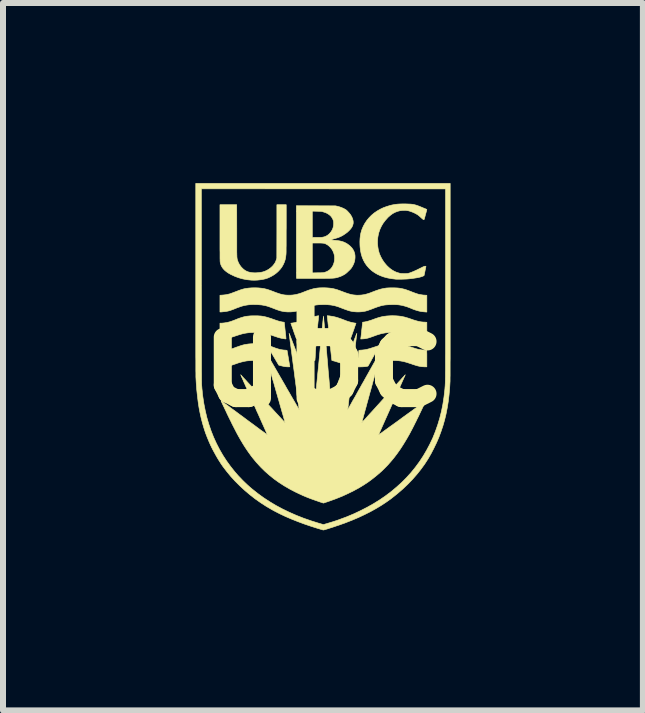
<source format=kicad_pcb>
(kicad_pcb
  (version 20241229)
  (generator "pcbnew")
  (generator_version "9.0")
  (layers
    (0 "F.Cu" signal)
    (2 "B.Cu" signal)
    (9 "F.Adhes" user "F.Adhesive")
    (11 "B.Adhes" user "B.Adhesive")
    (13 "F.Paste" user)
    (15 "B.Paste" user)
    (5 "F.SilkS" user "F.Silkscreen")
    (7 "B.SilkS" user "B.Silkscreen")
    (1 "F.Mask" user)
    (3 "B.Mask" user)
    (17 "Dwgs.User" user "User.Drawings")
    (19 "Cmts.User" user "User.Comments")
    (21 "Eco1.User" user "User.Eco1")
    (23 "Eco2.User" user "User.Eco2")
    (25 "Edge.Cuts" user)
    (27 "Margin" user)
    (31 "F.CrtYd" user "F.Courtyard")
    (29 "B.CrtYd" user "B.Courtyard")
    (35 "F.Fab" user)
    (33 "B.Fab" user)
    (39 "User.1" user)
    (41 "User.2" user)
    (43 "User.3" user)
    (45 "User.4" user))
  (footprint "ubc"
    (layer "F.Cu")
    (at 2.33 2.892)
    (property "Reference" "ubc" (at 0 0 0) (layer "F.SilkS") (effects (font (size 1.524 1.524) (thickness 0.3))))
    (attr through_hole)
    (fp_poly (pts (xy 0.128 -0.216) (xy 0.148 -0.212) (xy 0.17 -0.207) (xy 0.194 -0.201) (xy 0.218 -0.194) (xy 0.239 -0.188) (xy 0.256 -0.182) (xy 0.275 -0.175) (xy 0.296 -0.168) (xy 0.315 -0.162) (xy 0.317 -0.161) (xy 0.333 -0.156) (xy 0.349 -0.151) (xy 0.363 -0.147) (xy 0.374 -0.144) (xy 0.377 -0.143) (xy 0.387 -0.141) (xy 0.393 -0.139) (xy 0.394 -0.137) (xy 0.39 -0.125) (xy 0.384 -0.11) (xy 0.378 -0.092) (xy 0.37 -0.071) (xy 0.362 -0.05) (xy 0.354 -0.028) (xy 0.345 -0.005) (xy 0.337 0.017) (xy 0.329 0.038) (xy 0.321 0.057) (xy 0.314 0.074) (xy 0.309 0.088) (xy 0.304 0.099) (xy 0.302 0.105) (xy 0.301 0.107) (xy 0.297 0.106) (xy 0.289 0.104) (xy 0.278 0.1) (xy 0.263 0.096) (xy 0.247 0.091) (xy 0.243 0.089) (xy 0.224 0.084) (xy 0.207 0.078) (xy 0.19 0.073) (xy 0.177 0.07) (xy 0.168 0.067) (xy 0.168 0.067) (xy 0.148 0.062) (xy 0.117 -0.217) (xy 0.128 -0.216)) (stroke (width 0.01) (type solid)) (fill yes) (layer "F.SilkS"))
    (fp_poly (pts (xy -1.079 -0.217) (xy -1.042 -0.081) (xy -1.034 -0.054) (xy -1.027 -0.029) (xy -1.021 -0.006) (xy -1.015 0.014) (xy -1.01 0.031) (xy -1.007 0.045) (xy -1.004 0.054) (xy -1.003 0.058) (xy -1.003 0.059) (xy -1.003 0.06) (xy -1.007 0.06) (xy -1.013 0.061) (xy -1.023 0.061) (xy -1.037 0.062) (xy -1.056 0.062) (xy -1.079 0.062) (xy -1.095 0.062) (xy -1.139 0.062) (xy -1.177 0.063) (xy -1.211 0.065) (xy -1.243 0.067) (xy -1.272 0.07) (xy -1.3 0.075) (xy -1.328 0.081) (xy -1.356 0.088) (xy -1.386 0.096) (xy -1.418 0.106) (xy -1.445 0.116) (xy -1.481 0.128) (xy -1.513 0.139) (xy -1.541 0.147) (xy -1.567 0.154) (xy -1.591 0.159) (xy -1.613 0.163) (xy -1.636 0.166) (xy -1.658 0.168) (xy -1.674 0.168) (xy -1.716 0.17) (xy -1.716 -0.106) (xy -1.664 -0.108) (xy -1.636 -0.109) (xy -1.611 -0.111) (xy -1.588 -0.114) (xy -1.565 -0.119) (xy -1.541 -0.125) (xy -1.515 -0.132) (xy -1.487 -0.142) (xy -1.469 -0.149) (xy -1.436 -0.161) (xy -1.406 -0.171) (xy -1.381 -0.18) (xy -1.359 -0.187) (xy -1.339 -0.193) (xy -1.32 -0.198) (xy -1.302 -0.202) (xy -1.285 -0.205) (xy -1.273 -0.207) (xy -1.239 -0.212) (xy -1.201 -0.215) (xy -1.161 -0.217) (xy -1.126 -0.217) (xy -1.079 -0.217)) (stroke (width 0.01) (type solid)) (fill yes) (layer "F.SilkS"))
    (fp_poly (pts (xy -0.934 -0.198) (xy -0.926 -0.196) (xy -0.915 -0.192) (xy -0.901 -0.186) (xy -0.884 -0.179) (xy -0.865 -0.172) (xy -0.861 -0.17) (xy -0.826 -0.157) (xy -0.795 -0.145) (xy -0.767 -0.136) (xy -0.742 -0.128) (xy -0.719 -0.122) (xy -0.697 -0.117) (xy -0.675 -0.114) (xy -0.652 -0.111) (xy -0.637 -0.11) (xy -0.623 -0.109) (xy -0.611 -0.108) (xy -0.603 -0.107) (xy -0.599 -0.106) (xy -0.599 -0.106) (xy -0.598 -0.103) (xy -0.597 -0.095) (xy -0.594 -0.083) (xy -0.592 -0.067) (xy -0.588 -0.049) (xy -0.585 -0.028) (xy -0.581 -0.005) (xy -0.577 0.018) (xy -0.573 0.042) (xy -0.569 0.066) (xy -0.565 0.088) (xy -0.562 0.109) (xy -0.559 0.127) (xy -0.556 0.143) (xy -0.554 0.155) (xy -0.553 0.162) (xy -0.553 0.164) (xy -0.554 0.167) (xy -0.556 0.168) (xy -0.561 0.169) (xy -0.57 0.169) (xy -0.582 0.169) (xy -0.598 0.168) (xy -0.616 0.167) (xy -0.634 0.165) (xy -0.643 0.163) (xy -0.66 0.16) (xy -0.68 0.155) (xy -0.698 0.151) (xy -0.706 0.149) (xy -0.737 0.14) (xy -0.837 -0.029) (xy -0.854 -0.058) (xy -0.87 -0.084) (xy -0.884 -0.109) (xy -0.898 -0.132) (xy -0.909 -0.152) (xy -0.919 -0.169) (xy -0.927 -0.183) (xy -0.933 -0.192) (xy -0.936 -0.198) (xy -0.936 -0.199) (xy -0.934 -0.198)) (stroke (width 0.01) (type solid)) (fill yes) (layer "F.SilkS"))
    (fp_poly (pts (xy -0.071 -0.682) (xy -0.072 -0.679) (xy -0.072 -0.671) (xy -0.074 -0.659) (xy -0.075 -0.644) (xy -0.077 -0.625) (xy -0.079 -0.604) (xy -0.082 -0.581) (xy -0.084 -0.558) (xy -0.087 -0.534) (xy -0.089 -0.511) (xy -0.092 -0.488) (xy -0.094 -0.468) (xy -0.096 -0.449) (xy -0.098 -0.434) (xy -0.099 -0.422) (xy -0.1 -0.416) (xy -0.102 -0.404) (xy -0.118 -0.402) (xy -0.144 -0.398) (xy -0.171 -0.393) (xy -0.199 -0.385) (xy -0.229 -0.376) (xy -0.261 -0.364) (xy -0.298 -0.349) (xy -0.315 -0.342) (xy -0.334 -0.334) (xy -0.354 -0.326) (xy -0.374 -0.318) (xy -0.392 -0.311) (xy -0.409 -0.305) (xy -0.423 -0.301) (xy -0.433 -0.298) (xy -0.44 -0.296) (xy -0.44 -0.296) (xy -0.442 -0.299) (xy -0.445 -0.305) (xy -0.449 -0.315) (xy -0.45 -0.317) (xy -0.452 -0.324) (xy -0.457 -0.336) (xy -0.462 -0.351) (xy -0.469 -0.37) (xy -0.477 -0.392) (xy -0.485 -0.415) (xy -0.493 -0.44) (xy -0.496 -0.448) (xy -0.535 -0.558) (xy -0.518 -0.56) (xy -0.481 -0.566) (xy -0.44 -0.575) (xy -0.397 -0.587) (xy -0.349 -0.602) (xy -0.306 -0.618) (xy -0.269 -0.632) (xy -0.232 -0.644) (xy -0.198 -0.655) (xy -0.168 -0.664) (xy -0.165 -0.664) (xy -0.153 -0.667) (xy -0.138 -0.67) (xy -0.123 -0.674) (xy -0.108 -0.676) (xy -0.095 -0.679) (xy -0.083 -0.681) (xy -0.075 -0.682) (xy -0.072 -0.682) (xy -0.071 -0.682)) (stroke (width 0.01) (type solid)) (fill yes) (layer "F.SilkS"))
    (fp_poly (pts (xy 1.206 -0.216) (xy 1.264 -0.211) (xy 1.318 -0.203) (xy 1.366 -0.193) (xy 1.377 -0.19) (xy 1.392 -0.185) (xy 1.41 -0.18) (xy 1.429 -0.173) (xy 1.448 -0.167) (xy 1.451 -0.166) (xy 1.486 -0.154) (xy 1.517 -0.144) (xy 1.545 -0.135) (xy 1.569 -0.128) (xy 1.592 -0.123) (xy 1.613 -0.119) (xy 1.634 -0.115) (xy 1.655 -0.113) (xy 1.677 -0.111) (xy 1.685 -0.11) (xy 1.7 -0.109) (xy 1.712 -0.108) (xy 1.722 -0.108) (xy 1.727 -0.107) (xy 1.728 -0.107) (xy 1.728 -0.105) (xy 1.729 -0.097) (xy 1.729 -0.084) (xy 1.729 -0.068) (xy 1.73 -0.048) (xy 1.73 -0.025) (xy 1.73 0.000192) (xy 1.73 0.027) (xy 1.73 0.169) (xy 1.7 0.169) (xy 1.683 0.168) (xy 1.663 0.167) (xy 1.645 0.166) (xy 1.64 0.165) (xy 1.608 0.16) (xy 1.574 0.152) (xy 1.537 0.141) (xy 1.496 0.128) (xy 1.483 0.123) (xy 1.452 0.113) (xy 1.425 0.104) (xy 1.401 0.096) (xy 1.38 0.09) (xy 1.361 0.085) (xy 1.342 0.08) (xy 1.323 0.076) (xy 1.303 0.073) (xy 1.288 0.07) (xy 1.278 0.069) (xy 1.268 0.068) (xy 1.257 0.066) (xy 1.246 0.066) (xy 1.233 0.065) (xy 1.217 0.064) (xy 1.198 0.064) (xy 1.175 0.063) (xy 1.148 0.063) (xy 1.126 0.063) (xy 1.003 0.062) (xy 1.049 -0.078) (xy 1.095 -0.217) (xy 1.144 -0.217) (xy 1.206 -0.216)) (stroke (width 0.01) (type solid)) (fill yes) (layer "F.SilkS"))
    (fp_poly (pts (xy -0.117 -0.214) (xy -0.117 -0.206) (xy -0.118 -0.193) (xy -0.119 -0.177) (xy -0.12 -0.159) (xy -0.121 -0.137) (xy -0.122 -0.115) (xy -0.124 -0.091) (xy -0.125 -0.066) (xy -0.127 -0.042) (xy -0.128 -0.02) (xy -0.129 0.002) (xy -0.13 0.021) (xy -0.132 0.037) (xy -0.132 0.049) (xy -0.133 0.058) (xy -0.133 0.061) (xy -0.133 0.061) (xy -0.136 0.062) (xy -0.144 0.064) (xy -0.154 0.068) (xy -0.165 0.071) (xy -0.179 0.075) (xy -0.197 0.08) (xy -0.216 0.086) (xy -0.235 0.091) (xy -0.24 0.093) (xy -0.255 0.098) (xy -0.268 0.102) (xy -0.278 0.105) (xy -0.284 0.107) (xy -0.286 0.107) (xy -0.287 0.105) (xy -0.29 0.097) (xy -0.295 0.086) (xy -0.301 0.071) (xy -0.309 0.053) (xy -0.317 0.032) (xy -0.327 0.009) (xy -0.333 -0.007) (xy -0.343 -0.033) (xy -0.352 -0.056) (xy -0.36 -0.077) (xy -0.367 -0.094) (xy -0.372 -0.108) (xy -0.375 -0.118) (xy -0.376 -0.123) (xy -0.376 -0.124) (xy -0.373 -0.126) (xy -0.365 -0.13) (xy -0.353 -0.135) (xy -0.338 -0.141) (xy -0.32 -0.148) (xy -0.301 -0.155) (xy -0.28 -0.163) (xy -0.26 -0.17) (xy -0.254 -0.173) (xy -0.242 -0.177) (xy -0.228 -0.182) (xy -0.212 -0.187) (xy -0.195 -0.193) (xy -0.177 -0.198) (xy -0.161 -0.204) (xy -0.146 -0.208) (xy -0.133 -0.212) (xy -0.123 -0.215) (xy -0.118 -0.216) (xy -0.117 -0.216) (xy -0.117 -0.214)) (stroke (width 0.01) (type solid)) (fill yes) (layer "F.SilkS"))
    (fp_poly (pts (xy 0.935 -0.184) (xy 0.936 -0.183) (xy 0.936 -0.181) (xy 0.936 -0.181) (xy 0.934 -0.177) (xy 0.929 -0.169) (xy 0.923 -0.156) (xy 0.914 -0.141) (xy 0.904 -0.122) (xy 0.893 -0.102) (xy 0.881 -0.079) (xy 0.868 -0.055) (xy 0.854 -0.03) (xy 0.841 -0.005) (xy 0.827 0.02) (xy 0.813 0.044) (xy 0.801 0.067) (xy 0.789 0.088) (xy 0.778 0.108) (xy 0.769 0.124) (xy 0.761 0.138) (xy 0.756 0.147) (xy 0.752 0.153) (xy 0.752 0.154) (xy 0.744 0.158) (xy 0.731 0.161) (xy 0.714 0.164) (xy 0.692 0.166) (xy 0.665 0.168) (xy 0.635 0.169) (xy 0.633 0.169) (xy 0.567 0.17) (xy 0.569 0.158) (xy 0.569 0.152) (xy 0.57 0.142) (xy 0.572 0.127) (xy 0.574 0.109) (xy 0.577 0.088) (xy 0.579 0.064) (xy 0.582 0.038) (xy 0.584 0.02) (xy 0.587 -0.006) (xy 0.59 -0.03) (xy 0.592 -0.052) (xy 0.595 -0.071) (xy 0.596 -0.086) (xy 0.598 -0.098) (xy 0.599 -0.104) (xy 0.599 -0.106) (xy 0.602 -0.107) (xy 0.61 -0.108) (xy 0.621 -0.109) (xy 0.635 -0.11) (xy 0.64 -0.11) (xy 0.661 -0.112) (xy 0.68 -0.114) (xy 0.697 -0.116) (xy 0.715 -0.119) (xy 0.733 -0.123) (xy 0.752 -0.128) (xy 0.774 -0.134) (xy 0.799 -0.142) (xy 0.828 -0.151) (xy 0.831 -0.152) (xy 0.858 -0.161) (xy 0.88 -0.168) (xy 0.897 -0.174) (xy 0.911 -0.178) (xy 0.921 -0.181) (xy 0.928 -0.183) (xy 0.932 -0.184) (xy 0.935 -0.184)) (stroke (width 0.01) (type solid)) (fill yes) (layer "F.SilkS"))
    (fp_poly (pts (xy 0.081 -0.682) (xy 0.092 -0.681) (xy 0.107 -0.68) (xy 0.124 -0.677) (xy 0.142 -0.674) (xy 0.144 -0.674) (xy 0.165 -0.671) (xy 0.186 -0.666) (xy 0.207 -0.661) (xy 0.229 -0.655) (xy 0.252 -0.648) (xy 0.278 -0.639) (xy 0.307 -0.629) (xy 0.34 -0.616) (xy 0.357 -0.61) (xy 0.395 -0.595) (xy 0.429 -0.584) (xy 0.461 -0.575) (xy 0.49 -0.568) (xy 0.517 -0.563) (xy 0.517 -0.563) (xy 0.53 -0.561) (xy 0.54 -0.559) (xy 0.547 -0.558) (xy 0.55 -0.558) (xy 0.549 -0.555) (xy 0.546 -0.547) (xy 0.542 -0.536) (xy 0.537 -0.52) (xy 0.53 -0.501) (xy 0.523 -0.48) (xy 0.515 -0.456) (xy 0.506 -0.43) (xy 0.504 -0.427) (xy 0.493 -0.394) (xy 0.483 -0.367) (xy 0.475 -0.345) (xy 0.468 -0.327) (xy 0.463 -0.313) (xy 0.459 -0.304) (xy 0.456 -0.298) (xy 0.454 -0.297) (xy 0.454 -0.297) (xy 0.45 -0.297) (xy 0.442 -0.3) (xy 0.431 -0.303) (xy 0.422 -0.306) (xy 0.411 -0.31) (xy 0.396 -0.315) (xy 0.379 -0.322) (xy 0.359 -0.33) (xy 0.339 -0.338) (xy 0.328 -0.343) (xy 0.308 -0.351) (xy 0.288 -0.358) (xy 0.269 -0.366) (xy 0.253 -0.372) (xy 0.24 -0.376) (xy 0.235 -0.378) (xy 0.217 -0.383) (xy 0.196 -0.388) (xy 0.173 -0.393) (xy 0.151 -0.397) (xy 0.131 -0.401) (xy 0.119 -0.402) (xy 0.102 -0.404) (xy 0.1 -0.416) (xy 0.1 -0.42) (xy 0.099 -0.43) (xy 0.097 -0.443) (xy 0.095 -0.46) (xy 0.093 -0.48) (xy 0.091 -0.501) (xy 0.088 -0.524) (xy 0.085 -0.548) (xy 0.083 -0.572) (xy 0.08 -0.595) (xy 0.078 -0.616) (xy 0.076 -0.636) (xy 0.074 -0.653) (xy 0.072 -0.667) (xy 0.071 -0.677) (xy 0.071 -0.682) (xy 0.071 -0.682) (xy 0.073 -0.683) (xy 0.081 -0.682)) (stroke (width 0.01) (type solid)) (fill yes) (layer "F.SilkS"))
    (fp_poly (pts (xy -1.111 -0.681) (xy -1.084 -0.681) (xy -1.06 -0.679) (xy -1.037 -0.678) (xy -1.015 -0.675) (xy -0.993 -0.671) (xy -0.97 -0.667) (xy -0.947 -0.661) (xy -0.921 -0.654) (xy -0.893 -0.645) (xy -0.861 -0.635) (xy -0.826 -0.622) (xy -0.786 -0.608) (xy -0.783 -0.607) (xy -0.752 -0.597) (xy -0.725 -0.589) (xy -0.699 -0.583) (xy -0.674 -0.578) (xy -0.67 -0.578) (xy -0.645 -0.574) (xy -0.63 -0.437) (xy -0.627 -0.409) (xy -0.624 -0.384) (xy -0.621 -0.361) (xy -0.619 -0.34) (xy -0.618 -0.323) (xy -0.617 -0.31) (xy -0.616 -0.301) (xy -0.616 -0.297) (xy -0.616 -0.297) (xy -0.62 -0.297) (xy -0.628 -0.297) (xy -0.64 -0.298) (xy -0.655 -0.301) (xy -0.671 -0.303) (xy -0.688 -0.306) (xy -0.705 -0.31) (xy -0.72 -0.314) (xy -0.725 -0.315) (xy -0.739 -0.319) (xy -0.756 -0.324) (xy -0.776 -0.331) (xy -0.797 -0.338) (xy -0.818 -0.345) (xy -0.821 -0.346) (xy -0.864 -0.361) (xy -0.904 -0.373) (xy -0.94 -0.383) (xy -0.975 -0.39) (xy -1.01 -0.396) (xy -1.046 -0.4) (xy -1.083 -0.402) (xy -1.123 -0.403) (xy -1.142 -0.404) (xy -1.178 -0.403) (xy -1.212 -0.402) (xy -1.243 -0.399) (xy -1.274 -0.395) (xy -1.304 -0.39) (xy -1.336 -0.383) (xy -1.369 -0.374) (xy -1.405 -0.363) (xy -1.445 -0.35) (xy -1.457 -0.346) (xy -1.492 -0.334) (xy -1.521 -0.325) (xy -1.548 -0.317) (xy -1.572 -0.311) (xy -1.594 -0.306) (xy -1.616 -0.302) (xy -1.637 -0.3) (xy -1.66 -0.298) (xy -1.676 -0.297) (xy -1.716 -0.295) (xy -1.716 -0.559) (xy -1.698 -0.559) (xy -1.684 -0.559) (xy -1.665 -0.561) (xy -1.644 -0.563) (xy -1.623 -0.566) (xy -1.604 -0.569) (xy -1.587 -0.572) (xy -1.586 -0.573) (xy -1.566 -0.578) (xy -1.547 -0.583) (xy -1.527 -0.59) (xy -1.504 -0.598) (xy -1.478 -0.608) (xy -1.462 -0.614) (xy -1.423 -0.63) (xy -1.388 -0.643) (xy -1.356 -0.653) (xy -1.327 -0.662) (xy -1.298 -0.669) (xy -1.27 -0.674) (xy -1.24 -0.677) (xy -1.21 -0.68) (xy -1.177 -0.681) (xy -1.14 -0.681) (xy -1.111 -0.681)) (stroke (width 0.01) (type solid)) (fill yes) (layer "F.SilkS"))
    (fp_poly (pts (xy 1.191 -0.682) (xy 1.221 -0.681) (xy 1.23 -0.68) (xy 1.258 -0.678) (xy 1.284 -0.675) (xy 1.309 -0.671) (xy 1.333 -0.666) (xy 1.358 -0.661) (xy 1.384 -0.653) (xy 1.413 -0.645) (xy 1.446 -0.634) (xy 1.472 -0.625) (xy 1.506 -0.613) (xy 1.537 -0.604) (xy 1.563 -0.596) (xy 1.587 -0.59) (xy 1.609 -0.585) (xy 1.63 -0.581) (xy 1.65 -0.579) (xy 1.671 -0.577) (xy 1.682 -0.577) (xy 1.696 -0.576) (xy 1.709 -0.575) (xy 1.718 -0.575) (xy 1.724 -0.574) (xy 1.724 -0.574) (xy 1.73 -0.573) (xy 1.73 -0.295) (xy 1.691 -0.297) (xy 1.663 -0.299) (xy 1.635 -0.302) (xy 1.607 -0.307) (xy 1.579 -0.313) (xy 1.548 -0.321) (xy 1.514 -0.332) (xy 1.477 -0.344) (xy 1.469 -0.347) (xy 1.424 -0.363) (xy 1.382 -0.375) (xy 1.342 -0.385) (xy 1.304 -0.393) (xy 1.266 -0.398) (xy 1.227 -0.402) (xy 1.185 -0.403) (xy 1.141 -0.403) (xy 1.135 -0.403) (xy 1.1 -0.402) (xy 1.068 -0.4) (xy 1.039 -0.397) (xy 1.011 -0.392) (xy 0.983 -0.387) (xy 0.954 -0.379) (xy 0.923 -0.37) (xy 0.889 -0.359) (xy 0.852 -0.345) (xy 0.848 -0.344) (xy 0.815 -0.332) (xy 0.787 -0.322) (xy 0.762 -0.314) (xy 0.74 -0.308) (xy 0.719 -0.304) (xy 0.699 -0.3) (xy 0.678 -0.298) (xy 0.661 -0.297) (xy 0.629 -0.295) (xy 0.631 -0.308) (xy 0.631 -0.312) (xy 0.632 -0.321) (xy 0.634 -0.335) (xy 0.636 -0.351) (xy 0.638 -0.371) (xy 0.64 -0.392) (xy 0.643 -0.415) (xy 0.645 -0.439) (xy 0.648 -0.463) (xy 0.651 -0.486) (xy 0.653 -0.508) (xy 0.655 -0.527) (xy 0.657 -0.545) (xy 0.659 -0.558) (xy 0.66 -0.568) (xy 0.66 -0.574) (xy 0.66 -0.574) (xy 0.663 -0.575) (xy 0.67 -0.576) (xy 0.679 -0.577) (xy 0.68 -0.577) (xy 0.699 -0.58) (xy 0.723 -0.585) (xy 0.751 -0.592) (xy 0.782 -0.602) (xy 0.817 -0.613) (xy 0.84 -0.622) (xy 0.871 -0.633) (xy 0.897 -0.642) (xy 0.921 -0.65) (xy 0.942 -0.656) (xy 0.962 -0.661) (xy 0.982 -0.666) (xy 1.003 -0.67) (xy 1.026 -0.674) (xy 1.032 -0.674) (xy 1.059 -0.678) (xy 1.09 -0.68) (xy 1.123 -0.682) (xy 1.157 -0.683) (xy 1.191 -0.682)) (stroke (width 0.01) (type solid)) (fill yes) (layer "F.SilkS"))
    (fp_poly (pts (xy -1.436 -2.103) (xy -1.436 -2.044) (xy -1.436 -1.99) (xy -1.436 -1.941) (xy -1.436 -1.897) (xy -1.436 -1.858) (xy -1.436 -1.822) (xy -1.436 -1.791) (xy -1.436 -1.763) (xy -1.436 -1.739) (xy -1.435 -1.718) (xy -1.435 -1.699) (xy -1.434 -1.684) (xy -1.434 -1.67) (xy -1.433 -1.658) (xy -1.432 -1.648) (xy -1.431 -1.64) (xy -1.43 -1.633) (xy -1.429 -1.626) (xy -1.428 -1.62) (xy -1.426 -1.614) (xy -1.424 -1.609) (xy -1.423 -1.603) (xy -1.422 -1.602) (xy -1.409 -1.568) (xy -1.391 -1.535) (xy -1.369 -1.503) (xy -1.349 -1.481) (xy -1.325 -1.458) (xy -1.299 -1.438) (xy -1.271 -1.423) (xy -1.242 -1.412) (xy -1.209 -1.404) (xy -1.173 -1.399) (xy -1.133 -1.397) (xy -1.106 -1.398) (xy -1.067 -1.401) (xy -1.031 -1.406) (xy -0.999 -1.413) (xy -0.967 -1.424) (xy -0.938 -1.437) (xy -0.903 -1.457) (xy -0.871 -1.481) (xy -0.842 -1.507) (xy -0.818 -1.536) (xy -0.797 -1.567) (xy -0.792 -1.577) (xy -0.788 -1.586) (xy -0.783 -1.599) (xy -0.778 -1.613) (xy -0.777 -1.616) (xy -0.769 -1.641) (xy -0.768 -2.086) (xy -0.768 -2.532) (xy -0.612 -2.532) (xy -0.612 -2.143) (xy -0.613 -2.095) (xy -0.613 -2.049) (xy -0.613 -2.004) (xy -0.613 -1.961) (xy -0.613 -1.92) (xy -0.613 -1.881) (xy -0.613 -1.846) (xy -0.614 -1.814) (xy -0.614 -1.785) (xy -0.614 -1.761) (xy -0.614 -1.741) (xy -0.615 -1.725) (xy -0.615 -1.715) (xy -0.615 -1.712) (xy -0.621 -1.662) (xy -0.63 -1.615) (xy -0.645 -1.571) (xy -0.664 -1.53) (xy -0.687 -1.49) (xy -0.716 -1.453) (xy -0.72 -1.449) (xy -0.751 -1.416) (xy -0.786 -1.386) (xy -0.825 -1.359) (xy -0.867 -1.335) (xy -0.909 -1.315) (xy -0.924 -1.309) (xy -0.961 -1.297) (xy -1.002 -1.288) (xy -1.047 -1.281) (xy -1.093 -1.276) (xy -1.14 -1.274) (xy -1.186 -1.275) (xy -1.199 -1.276) (xy -1.268 -1.283) (xy -1.335 -1.296) (xy -1.401 -1.314) (xy -1.466 -1.338) (xy -1.53 -1.368) (xy -1.533 -1.369) (xy -1.574 -1.392) (xy -1.609 -1.416) (xy -1.639 -1.441) (xy -1.664 -1.468) (xy -1.684 -1.497) (xy -1.699 -1.527) (xy -1.709 -1.559) (xy -1.713 -1.579) (xy -1.713 -1.586) (xy -1.714 -1.597) (xy -1.714 -1.615) (xy -1.715 -1.638) (xy -1.715 -1.667) (xy -1.715 -1.701) (xy -1.715 -1.741) (xy -1.716 -1.786) (xy -1.716 -1.837) (xy -1.716 -1.894) (xy -1.716 -1.956) (xy -1.716 -2.024) (xy -1.716 -2.066) (xy -1.716 -2.532) (xy -1.437 -2.532) (xy -1.436 -2.103)) (stroke (width 0.01) (type solid)) (fill yes) (layer "F.SilkS"))
    (fp_poly (pts (xy 1.38 -2.545) (xy 1.41 -2.544) (xy 1.436 -2.543) (xy 1.46 -2.542) (xy 1.481 -2.54) (xy 1.501 -2.537) (xy 1.52 -2.533) (xy 1.54 -2.528) (xy 1.561 -2.522) (xy 1.583 -2.514) (xy 1.609 -2.504) (xy 1.638 -2.492) (xy 1.669 -2.479) (xy 1.686 -2.472) (xy 1.702 -2.466) (xy 1.714 -2.46) (xy 1.724 -2.456) (xy 1.729 -2.454) (xy 1.73 -2.454) (xy 1.729 -2.451) (xy 1.728 -2.443) (xy 1.725 -2.431) (xy 1.721 -2.416) (xy 1.716 -2.397) (xy 1.71 -2.377) (xy 1.704 -2.354) (xy 1.698 -2.331) (xy 1.691 -2.306) (xy 1.688 -2.294) (xy 1.685 -2.287) (xy 1.682 -2.283) (xy 1.677 -2.283) (xy 1.67 -2.286) (xy 1.661 -2.293) (xy 1.648 -2.304) (xy 1.64 -2.311) (xy 1.616 -2.333) (xy 1.595 -2.351) (xy 1.575 -2.366) (xy 1.554 -2.378) (xy 1.534 -2.389) (xy 1.497 -2.406) (xy 1.462 -2.419) (xy 1.431 -2.429) (xy 1.4 -2.435) (xy 1.372 -2.438) (xy 1.326 -2.437) (xy 1.283 -2.432) (xy 1.241 -2.421) (xy 1.2 -2.405) (xy 1.161 -2.384) (xy 1.124 -2.357) (xy 1.087 -2.325) (xy 1.073 -2.31) (xy 1.034 -2.266) (xy 1 -2.22) (xy 0.972 -2.172) (xy 0.949 -2.122) (xy 0.931 -2.07) (xy 0.922 -2.034) (xy 0.913 -1.985) (xy 0.909 -1.933) (xy 0.909 -1.881) (xy 0.914 -1.83) (xy 0.922 -1.78) (xy 0.935 -1.733) (xy 0.941 -1.714) (xy 0.964 -1.662) (xy 0.991 -1.613) (xy 1.023 -1.566) (xy 1.06 -1.522) (xy 1.078 -1.504) (xy 1.113 -1.472) (xy 1.149 -1.446) (xy 1.186 -1.424) (xy 1.226 -1.406) (xy 1.269 -1.393) (xy 1.288 -1.388) (xy 1.299 -1.386) (xy 1.315 -1.385) (xy 1.334 -1.385) (xy 1.356 -1.384) (xy 1.376 -1.385) (xy 1.391 -1.385) (xy 1.402 -1.386) (xy 1.412 -1.387) (xy 1.421 -1.389) (xy 1.429 -1.391) (xy 1.452 -1.398) (xy 1.478 -1.408) (xy 1.508 -1.42) (xy 1.541 -1.435) (xy 1.576 -1.451) (xy 1.613 -1.47) (xy 1.613 -1.47) (xy 1.635 -1.48) (xy 1.652 -1.489) (xy 1.666 -1.496) (xy 1.676 -1.5) (xy 1.685 -1.504) (xy 1.691 -1.506) (xy 1.696 -1.507) (xy 1.701 -1.507) (xy 1.702 -1.507) (xy 1.71 -1.507) (xy 1.714 -1.506) (xy 1.715 -1.503) (xy 1.715 -1.501) (xy 1.714 -1.496) (xy 1.712 -1.487) (xy 1.709 -1.474) (xy 1.706 -1.458) (xy 1.702 -1.44) (xy 1.699 -1.424) (xy 1.695 -1.405) (xy 1.692 -1.388) (xy 1.688 -1.373) (xy 1.686 -1.362) (xy 1.684 -1.354) (xy 1.684 -1.352) (xy 1.68 -1.349) (xy 1.671 -1.345) (xy 1.66 -1.34) (xy 1.646 -1.335) (xy 1.631 -1.33) (xy 1.615 -1.326) (xy 1.608 -1.324) (xy 1.591 -1.32) (xy 1.57 -1.316) (xy 1.546 -1.312) (xy 1.518 -1.308) (xy 1.486 -1.303) (xy 1.448 -1.299) (xy 1.441 -1.298) (xy 1.42 -1.296) (xy 1.395 -1.294) (xy 1.368 -1.293) (xy 1.338 -1.292) (xy 1.309 -1.291) (xy 1.28 -1.291) (xy 1.253 -1.291) (xy 1.228 -1.291) (xy 1.208 -1.292) (xy 1.202 -1.293) (xy 1.135 -1.301) (xy 1.072 -1.313) (xy 1.013 -1.329) (xy 0.958 -1.349) (xy 0.906 -1.373) (xy 0.858 -1.401) (xy 0.813 -1.433) (xy 0.772 -1.47) (xy 0.762 -1.481) (xy 0.728 -1.52) (xy 0.699 -1.562) (xy 0.674 -1.608) (xy 0.653 -1.658) (xy 0.637 -1.711) (xy 0.625 -1.768) (xy 0.618 -1.827) (xy 0.616 -1.864) (xy 0.615 -1.917) (xy 0.617 -1.966) (xy 0.622 -2.011) (xy 0.63 -2.055) (xy 0.641 -2.096) (xy 0.651 -2.125) (xy 0.673 -2.176) (xy 0.7 -2.225) (xy 0.732 -2.272) (xy 0.768 -2.315) (xy 0.808 -2.356) (xy 0.852 -2.393) (xy 0.9 -2.426) (xy 0.952 -2.456) (xy 1.006 -2.482) (xy 1.064 -2.503) (xy 1.124 -2.521) (xy 1.127 -2.522) (xy 1.159 -2.529) (xy 1.188 -2.534) (xy 1.218 -2.539) (xy 1.248 -2.542) (xy 1.28 -2.544) (xy 1.314 -2.545) (xy 1.353 -2.545) (xy 1.38 -2.545)) (stroke (width 0.01) (type solid)) (fill yes) (layer "F.SilkS"))
    (fp_poly (pts (xy -0.118 -2.514) (xy 0.207 -2.513) (xy 0.237 -2.507) (xy 0.27 -2.498) (xy 0.302 -2.487) (xy 0.332 -2.475) (xy 0.36 -2.461) (xy 0.383 -2.447) (xy 0.385 -2.446) (xy 0.394 -2.438) (xy 0.406 -2.427) (xy 0.418 -2.414) (xy 0.432 -2.399) (xy 0.444 -2.384) (xy 0.456 -2.37) (xy 0.46 -2.363) (xy 0.478 -2.334) (xy 0.491 -2.304) (xy 0.5 -2.274) (xy 0.504 -2.246) (xy 0.503 -2.219) (xy 0.501 -2.21) (xy 0.493 -2.182) (xy 0.479 -2.154) (xy 0.459 -2.127) (xy 0.434 -2.1) (xy 0.404 -2.072) (xy 0.388 -2.06) (xy 0.345 -2.03) (xy 0.301 -2.005) (xy 0.255 -1.985) (xy 0.205 -1.97) (xy 0.179 -1.963) (xy 0.166 -1.96) (xy 0.157 -1.958) (xy 0.151 -1.956) (xy 0.149 -1.954) (xy 0.148 -1.951) (xy 0.147 -1.95) (xy 0.146 -1.943) (xy 0.196 -1.939) (xy 0.239 -1.935) (xy 0.278 -1.929) (xy 0.313 -1.921) (xy 0.346 -1.91) (xy 0.376 -1.896) (xy 0.404 -1.88) (xy 0.422 -1.867) (xy 0.454 -1.841) (xy 0.481 -1.813) (xy 0.502 -1.783) (xy 0.518 -1.751) (xy 0.529 -1.718) (xy 0.534 -1.682) (xy 0.534 -1.645) (xy 0.53 -1.61) (xy 0.524 -1.583) (xy 0.514 -1.554) (xy 0.501 -1.525) (xy 0.486 -1.498) (xy 0.471 -1.475) (xy 0.463 -1.465) (xy 0.451 -1.452) (xy 0.437 -1.438) (xy 0.421 -1.423) (xy 0.406 -1.408) (xy 0.391 -1.395) (xy 0.378 -1.384) (xy 0.374 -1.381) (xy 0.35 -1.366) (xy 0.322 -1.351) (xy 0.291 -1.337) (xy 0.258 -1.326) (xy 0.235 -1.319) (xy 0.227 -1.317) (xy 0.219 -1.315) (xy 0.211 -1.314) (xy 0.203 -1.312) (xy 0.195 -1.311) (xy 0.185 -1.31) (xy 0.175 -1.309) (xy 0.162 -1.308) (xy 0.148 -1.307) (xy 0.131 -1.307) (xy 0.112 -1.306) (xy 0.09 -1.306) (xy 0.064 -1.306) (xy 0.035 -1.305) (xy 0.001 -1.305) (xy -0.037 -1.305) (xy -0.08 -1.305) (xy -0.128 -1.305) (xy -0.14 -1.305) (xy -0.18 -1.304) (xy -0.219 -1.304) (xy -0.257 -1.304) (xy -0.291 -1.304) (xy -0.323 -1.304) (xy -0.352 -1.304) (xy -0.378 -1.305) (xy -0.4 -1.305) (xy -0.417 -1.305) (xy -0.43 -1.305) (xy -0.438 -1.305) (xy -0.441 -1.306) (xy -0.441 -1.309) (xy -0.441 -1.317) (xy -0.442 -1.33) (xy -0.442 -1.349) (xy -0.442 -1.372) (xy -0.442 -1.399) (xy -0.442 -1.43) (xy -0.442 -1.466) (xy -0.443 -1.504) (xy -0.443 -1.547) (xy -0.443 -1.592) (xy -0.443 -1.64) (xy -0.443 -1.69) (xy -0.443 -1.743) (xy -0.443 -1.798) (xy -0.443 -1.854) (xy -0.443 -1.894) (xy -0.178 -1.894) (xy -0.178 -1.396) (xy -0.087 -1.398) (xy -0.061 -1.398) (xy -0.04 -1.398) (xy -0.024 -1.399) (xy -0.011 -1.399) (xy -0.000217 -1.4) (xy 0.008 -1.401) (xy 0.015 -1.402) (xy 0.022 -1.404) (xy 0.027 -1.405) (xy 0.061 -1.417) (xy 0.091 -1.433) (xy 0.118 -1.453) (xy 0.141 -1.478) (xy 0.16 -1.506) (xy 0.175 -1.538) (xy 0.186 -1.574) (xy 0.191 -1.598) (xy 0.194 -1.637) (xy 0.192 -1.676) (xy 0.184 -1.713) (xy 0.171 -1.748) (xy 0.17 -1.751) (xy 0.151 -1.786) (xy 0.128 -1.816) (xy 0.102 -1.842) (xy 0.074 -1.864) (xy 0.053 -1.875) (xy 0.044 -1.88) (xy 0.035 -1.884) (xy 0.026 -1.887) (xy 0.016 -1.889) (xy 0.005 -1.891) (xy -0.008 -1.892) (xy -0.024 -1.893) (xy -0.043 -1.894) (xy -0.067 -1.894) (xy -0.089 -1.894) (xy -0.178 -1.894) (xy -0.443 -1.894) (xy -0.443 -1.911) (xy -0.443 -1.987) (xy -0.178 -1.987) (xy -0.104 -1.987) (xy -0.083 -1.987) (xy -0.062 -1.987) (xy -0.044 -1.988) (xy -0.028 -1.988) (xy -0.016 -1.989) (xy -0.01 -1.99) (xy 0.023 -1.997) (xy 0.054 -2.01) (xy 0.083 -2.028) (xy 0.11 -2.051) (xy 0.11 -2.052) (xy 0.133 -2.079) (xy 0.152 -2.109) (xy 0.166 -2.142) (xy 0.167 -2.145) (xy 0.172 -2.166) (xy 0.176 -2.19) (xy 0.178 -2.214) (xy 0.177 -2.237) (xy 0.175 -2.258) (xy 0.174 -2.263) (xy 0.163 -2.293) (xy 0.147 -2.321) (xy 0.127 -2.346) (xy 0.102 -2.367) (xy 0.073 -2.386) (xy 0.04 -2.401) (xy 0.002 -2.413) (xy -0.008 -2.416) (xy -0.018 -2.418) (xy -0.028 -2.42) (xy -0.04 -2.421) (xy -0.055 -2.422) (xy -0.073 -2.422) (xy -0.096 -2.423) (xy -0.105 -2.423) (xy -0.178 -2.425) (xy -0.178 -1.987) (xy -0.443 -1.987) (xy -0.443 -2.515) (xy -0.118 -2.514)) (stroke (width 0.01) (type solid)) (fill yes) (layer "F.SilkS"))
    (fp_poly (pts (xy -1.077 -1.146) (xy -1.025 -1.141) (xy -0.975 -1.133) (xy -0.959 -1.129) (xy -0.938 -1.124) (xy -0.915 -1.117) (xy -0.889 -1.108) (xy -0.861 -1.098) (xy -0.829 -1.086) (xy -0.826 -1.085) (xy -0.786 -1.069) (xy -0.75 -1.057) (xy -0.718 -1.046) (xy -0.688 -1.038) (xy -0.66 -1.032) (xy -0.633 -1.028) (xy -0.605 -1.026) (xy -0.577 -1.025) (xy -0.547 -1.025) (xy -0.545 -1.025) (xy -0.511 -1.027) (xy -0.48 -1.031) (xy -0.449 -1.036) (xy -0.418 -1.044) (xy -0.386 -1.053) (xy -0.351 -1.065) (xy -0.316 -1.079) (xy -0.272 -1.096) (xy -0.232 -1.111) (xy -0.195 -1.122) (xy -0.159 -1.132) (xy -0.125 -1.139) (xy -0.091 -1.144) (xy -0.056 -1.147) (xy -0.02 -1.148) (xy 0.02 -1.148) (xy 0.034 -1.148) (xy 0.072 -1.146) (xy 0.107 -1.143) (xy 0.14 -1.139) (xy 0.173 -1.133) (xy 0.206 -1.125) (xy 0.24 -1.115) (xy 0.276 -1.102) (xy 0.316 -1.087) (xy 0.332 -1.081) (xy 0.378 -1.064) (xy 0.42 -1.05) (xy 0.459 -1.039) (xy 0.496 -1.031) (xy 0.532 -1.027) (xy 0.567 -1.024) (xy 0.603 -1.025) (xy 0.638 -1.027) (xy 0.66 -1.03) (xy 0.681 -1.033) (xy 0.701 -1.037) (xy 0.722 -1.043) (xy 0.744 -1.049) (xy 0.769 -1.057) (xy 0.797 -1.067) (xy 0.829 -1.08) (xy 0.838 -1.083) (xy 0.874 -1.097) (xy 0.906 -1.108) (xy 0.935 -1.118) (xy 0.962 -1.126) (xy 0.989 -1.132) (xy 1.015 -1.137) (xy 1.043 -1.142) (xy 1.056 -1.144) (xy 1.071 -1.145) (xy 1.091 -1.146) (xy 1.114 -1.147) (xy 1.14 -1.147) (xy 1.166 -1.147) (xy 1.192 -1.147) (xy 1.217 -1.146) (xy 1.24 -1.145) (xy 1.258 -1.143) (xy 1.269 -1.142) (xy 1.293 -1.138) (xy 1.315 -1.134) (xy 1.336 -1.129) (xy 1.358 -1.124) (xy 1.38 -1.117) (xy 1.405 -1.108) (xy 1.433 -1.098) (xy 1.464 -1.086) (xy 1.469 -1.084) (xy 1.499 -1.072) (xy 1.524 -1.063) (xy 1.546 -1.055) (xy 1.565 -1.049) (xy 1.582 -1.043) (xy 1.598 -1.039) (xy 1.613 -1.036) (xy 1.631 -1.033) (xy 1.651 -1.03) (xy 1.672 -1.027) (xy 1.692 -1.026) (xy 1.709 -1.025) (xy 1.716 -1.024) (xy 1.73 -1.024) (xy 1.73 -0.744) (xy 1.701 -0.746) (xy 1.671 -0.749) (xy 1.643 -0.752) (xy 1.616 -0.757) (xy 1.59 -0.763) (xy 1.562 -0.771) (xy 1.533 -0.78) (xy 1.5 -0.792) (xy 1.472 -0.804) (xy 1.447 -0.814) (xy 1.426 -0.822) (xy 1.408 -0.829) (xy 1.392 -0.834) (xy 1.377 -0.839) (xy 1.363 -0.843) (xy 1.347 -0.847) (xy 1.345 -0.848) (xy 1.322 -0.854) (xy 1.302 -0.858) (xy 1.282 -0.861) (xy 1.263 -0.864) (xy 1.242 -0.866) (xy 1.22 -0.867) (xy 1.194 -0.868) (xy 1.163 -0.868) (xy 1.159 -0.868) (xy 1.121 -0.867) (xy 1.087 -0.866) (xy 1.057 -0.864) (xy 1.028 -0.861) (xy 0.999 -0.856) (xy 0.971 -0.85) (xy 0.942 -0.841) (xy 0.91 -0.831) (xy 0.876 -0.819) (xy 0.839 -0.805) (xy 0.806 -0.792) (xy 0.778 -0.782) (xy 0.753 -0.773) (xy 0.73 -0.766) (xy 0.71 -0.76) (xy 0.69 -0.756) (xy 0.67 -0.753) (xy 0.65 -0.75) (xy 0.628 -0.748) (xy 0.623 -0.748) (xy 0.599 -0.746) (xy 0.578 -0.746) (xy 0.555 -0.747) (xy 0.542 -0.748) (xy 0.518 -0.75) (xy 0.497 -0.752) (xy 0.477 -0.756) (xy 0.457 -0.76) (xy 0.435 -0.766) (xy 0.413 -0.773) (xy 0.387 -0.782) (xy 0.359 -0.792) (xy 0.327 -0.804) (xy 0.288 -0.819) (xy 0.254 -0.832) (xy 0.222 -0.842) (xy 0.192 -0.85) (xy 0.163 -0.856) (xy 0.135 -0.861) (xy 0.105 -0.864) (xy 0.073 -0.867) (xy 0.039 -0.868) (xy 0.008 -0.868) (xy -0.032 -0.867) (xy -0.069 -0.866) (xy -0.103 -0.863) (xy -0.134 -0.858) (xy -0.165 -0.852) (xy -0.196 -0.844) (xy -0.229 -0.834) (xy -0.264 -0.821) (xy -0.295 -0.809) (xy -0.314 -0.801) (xy -0.333 -0.793) (xy -0.352 -0.786) (xy -0.369 -0.78) (xy -0.38 -0.776) (xy -0.429 -0.762) (xy -0.48 -0.752) (xy -0.533 -0.747) (xy -0.586 -0.746) (xy -0.638 -0.75) (xy -0.652 -0.752) (xy -0.667 -0.755) (xy -0.682 -0.758) (xy -0.697 -0.761) (xy -0.712 -0.765) (xy -0.728 -0.77) (xy -0.746 -0.776) (xy -0.767 -0.783) (xy -0.791 -0.792) (xy -0.819 -0.803) (xy -0.84 -0.811) (xy -0.88 -0.826) (xy -0.917 -0.839) (xy -0.952 -0.849) (xy -0.986 -0.856) (xy -1.02 -0.862) (xy -1.056 -0.865) (xy -1.095 -0.868) (xy -1.117 -0.868) (xy -1.16 -0.869) (xy -1.2 -0.868) (xy -1.237 -0.865) (xy -1.272 -0.86) (xy -1.306 -0.854) (xy -1.33 -0.848) (xy -1.344 -0.844) (xy -1.359 -0.84) (xy -1.375 -0.835) (xy -1.392 -0.828) (xy -1.413 -0.821) (xy -1.437 -0.812) (xy -1.462 -0.802) (xy -1.491 -0.79) (xy -1.516 -0.781) (xy -1.538 -0.773) (xy -1.557 -0.767) (xy -1.575 -0.762) (xy -1.593 -0.758) (xy -1.6 -0.757) (xy -1.614 -0.754) (xy -1.631 -0.752) (xy -1.65 -0.75) (xy -1.669 -0.748) (xy -1.687 -0.746) (xy -1.702 -0.745) (xy -1.709 -0.745) (xy -1.716 -0.745) (xy -1.716 -1.024) (xy -1.681 -1.026) (xy -1.648 -1.029) (xy -1.614 -1.033) (xy -1.582 -1.04) (xy -1.556 -1.046) (xy -1.547 -1.049) (xy -1.533 -1.054) (xy -1.516 -1.06) (xy -1.497 -1.067) (xy -1.476 -1.075) (xy -1.46 -1.081) (xy -1.428 -1.093) (xy -1.401 -1.104) (xy -1.377 -1.112) (xy -1.356 -1.119) (xy -1.336 -1.125) (xy -1.318 -1.13) (xy -1.299 -1.134) (xy -1.289 -1.136) (xy -1.238 -1.143) (xy -1.185 -1.147) (xy -1.131 -1.148) (xy -1.077 -1.146)) (stroke (width 0.01) (type solid)) (fill yes) (layer "F.SilkS"))
    (fp_poly (pts (xy 2.119 -1.274) (xy 2.119 -1.153) (xy 2.119 -1.037) (xy 2.119 -0.925) (xy 2.119 -0.816) (xy 2.119 -0.712) (xy 2.119 -0.611) (xy 2.119 -0.515) (xy 2.119 -0.423) (xy 2.119 -0.336) (xy 2.119 -0.253) (xy 2.119 -0.174) (xy 2.119 -0.1) (xy 2.119 -0.031) (xy 2.119 0.034) (xy 2.118 0.093) (xy 2.118 0.148) (xy 2.118 0.198) (xy 2.118 0.243) (xy 2.118 0.283) (xy 2.118 0.317) (xy 2.117 0.347) (xy 2.117 0.371) (xy 2.117 0.389) (xy 2.117 0.402) (xy 2.117 0.409) (xy 2.11 0.526) (xy 2.1 0.638) (xy 2.087 0.747) (xy 2.07 0.852) (xy 2.05 0.955) (xy 2.026 1.054) (xy 1.998 1.152) (xy 1.966 1.247) (xy 1.931 1.341) (xy 1.914 1.381) (xy 1.905 1.402) (xy 1.894 1.427) (xy 1.881 1.455) (xy 1.866 1.485) (xy 1.852 1.515) (xy 1.837 1.545) (xy 1.822 1.573) (xy 1.809 1.599) (xy 1.801 1.614) (xy 1.749 1.704) (xy 1.692 1.792) (xy 1.63 1.877) (xy 1.563 1.961) (xy 1.491 2.043) (xy 1.413 2.124) (xy 1.331 2.202) (xy 1.242 2.279) (xy 1.206 2.308) (xy 1.13 2.368) (xy 1.05 2.425) (xy 0.966 2.48) (xy 0.879 2.532) (xy 0.787 2.583) (xy 0.691 2.631) (xy 0.591 2.678) (xy 0.485 2.723) (xy 0.375 2.766) (xy 0.363 2.771) (xy 0.341 2.778) (xy 0.317 2.787) (xy 0.291 2.796) (xy 0.264 2.806) (xy 0.235 2.815) (xy 0.206 2.825) (xy 0.177 2.835) (xy 0.149 2.844) (xy 0.121 2.853) (xy 0.096 2.861) (xy 0.072 2.869) (xy 0.051 2.875) (xy 0.034 2.88) (xy 0.02 2.884) (xy 0.011 2.886) (xy 0.007 2.887) (xy 0.003 2.886) (xy -0.006 2.884) (xy -0.018 2.88) (xy -0.034 2.876) (xy -0.053 2.87) (xy -0.073 2.864) (xy -0.078 2.863) (xy -0.198 2.825) (xy -0.313 2.786) (xy -0.423 2.745) (xy -0.528 2.703) (xy -0.628 2.66) (xy -0.723 2.615) (xy -0.814 2.568) (xy -0.85 2.548) (xy -0.946 2.492) (xy -1.04 2.431) (xy -1.132 2.366) (xy -1.22 2.297) (xy -1.305 2.225) (xy -1.387 2.149) (xy -1.465 2.071) (xy -1.538 1.991) (xy -1.607 1.907) (xy -1.671 1.823) (xy -1.697 1.785) (xy -1.722 1.746) (xy -1.749 1.703) (xy -1.776 1.657) (xy -1.803 1.608) (xy -1.83 1.559) (xy -1.855 1.51) (xy -1.877 1.463) (xy -1.896 1.421) (xy -1.928 1.344) (xy -1.958 1.266) (xy -1.984 1.186) (xy -2.008 1.104) (xy -2.03 1.019) (xy -2.049 0.932) (xy -2.066 0.842) (xy -2.08 0.748) (xy -2.092 0.65) (xy -2.103 0.548) (xy -2.111 0.441) (xy -2.117 0.337) (xy -2.117 0.329) (xy -2.117 0.315) (xy -2.117 0.296) (xy -2.117 0.271) (xy -2.118 0.24) (xy -2.118 0.204) (xy -2.118 0.163) (xy -2.118 0.116) (xy -2.118 0.063) (xy -2.119 0.005) (xy -2.119 -0.059) (xy -2.119 -0.127) (xy -2.119 -0.202) (xy -2.119 -0.282) (xy -2.119 -0.367) (xy -2.119 -0.457) (xy -2.119 -0.553) (xy -2.119 -0.654) (xy -2.119 -0.761) (xy -2.119 -0.873) (xy -2.119 -0.99) (xy -2.119 -1.112) (xy -2.119 -1.24) (xy -2.119 -1.307) (xy -2.119 -2.797) (xy -2.026 -2.797) (xy -2.026 -1.182) (xy -2.025 -1.06) (xy -2.025 -0.943) (xy -2.025 -0.832) (xy -2.025 -0.727) (xy -2.025 -0.626) (xy -2.025 -0.531) (xy -2.025 -0.441) (xy -2.025 -0.355) (xy -2.025 -0.275) (xy -2.025 -0.199) (xy -2.024 -0.128) (xy -2.024 -0.061) (xy -2.024 0.001) (xy -2.024 0.058) (xy -2.024 0.112) (xy -2.024 0.161) (xy -2.024 0.207) (xy -2.024 0.248) (xy -2.023 0.285) (xy -2.023 0.319) (xy -2.023 0.349) (xy -2.023 0.376) (xy -2.023 0.399) (xy -2.022 0.419) (xy -2.022 0.435) (xy -2.022 0.449) (xy -2.022 0.459) (xy -2.021 0.467) (xy -2.021 0.471) (xy -2.021 0.471) (xy -2.018 0.505) (xy -2.016 0.533) (xy -2.013 0.558) (xy -2.011 0.579) (xy -2.01 0.598) (xy -2.008 0.615) (xy -2.006 0.632) (xy -2.004 0.648) (xy -2.002 0.662) (xy -1.984 0.782) (xy -1.961 0.899) (xy -1.934 1.014) (xy -1.901 1.126) (xy -1.864 1.235) (xy -1.822 1.341) (xy -1.775 1.444) (xy -1.723 1.545) (xy -1.667 1.642) (xy -1.606 1.736) (xy -1.54 1.827) (xy -1.47 1.915) (xy -1.411 1.983) (xy -1.376 2.019) (xy -1.339 2.058) (xy -1.299 2.097) (xy -1.259 2.135) (xy -1.219 2.171) (xy -1.181 2.203) (xy -1.18 2.204) (xy -1.087 2.278) (xy -0.991 2.348) (xy -0.89 2.414) (xy -0.785 2.477) (xy -0.675 2.536) (xy -0.561 2.591) (xy -0.443 2.643) (xy -0.321 2.691) (xy -0.194 2.735) (xy -0.063 2.776) (xy -0.045 2.781) (xy 0.007 2.796) (xy 0.03 2.79) (xy 0.042 2.786) (xy 0.057 2.782) (xy 0.073 2.777) (xy 0.087 2.773) (xy 0.166 2.749) (xy 0.242 2.724) (xy 0.272 2.713) (xy 0.396 2.667) (xy 0.515 2.617) (xy 0.629 2.563) (xy 0.74 2.506) (xy 0.846 2.446) (xy 0.949 2.382) (xy 1.046 2.315) (xy 1.14 2.244) (xy 1.229 2.169) (xy 1.314 2.092) (xy 1.394 2.011) (xy 1.47 1.927) (xy 1.541 1.839) (xy 1.608 1.748) (xy 1.67 1.654) (xy 1.727 1.557) (xy 1.78 1.457) (xy 1.829 1.354) (xy 1.872 1.247) (xy 1.876 1.236) (xy 1.913 1.13) (xy 1.946 1.02) (xy 1.974 0.908) (xy 1.997 0.793) (xy 2.015 0.676) (xy 2.029 0.557) (xy 2.029 0.555) (xy 2.03 0.545) (xy 2.031 0.535) (xy 2.032 0.527) (xy 2.032 0.518) (xy 2.033 0.509) (xy 2.034 0.501) (xy 2.034 0.492) (xy 2.035 0.482) (xy 2.036 0.473) (xy 2.036 0.462) (xy 2.037 0.451) (xy 2.037 0.439) (xy 2.038 0.426) (xy 2.038 0.411) (xy 2.039 0.396) (xy 2.039 0.378) (xy 2.039 0.359) (xy 2.04 0.338) (xy 2.04 0.316) (xy 2.04 0.291) (xy 2.04 0.264) (xy 2.041 0.234) (xy 2.041 0.202) (xy 2.041 0.167) (xy 2.041 0.129) (xy 2.041 0.088) (xy 2.041 0.045) (xy 2.041 -0.002) (xy 2.042 -0.053) (xy 2.042 -0.107) (xy 2.042 -0.165) (xy 2.042 -0.227) (xy 2.042 -0.293) (xy 2.042 -0.363) (xy 2.042 -0.437) (xy 2.042 -0.516) (xy 2.042 -0.599) (xy 2.042 -0.687) (xy 2.042 -0.78) (xy 2.042 -0.878) (xy 2.042 -0.982) (xy 2.042 -1.09) (xy 2.042 -1.204) (xy 2.042 -2.795) (xy 0.008 -2.796) (xy -2.026 -2.797) (xy -2.119 -2.797) (xy -2.119 -2.887) (xy 2.119 -2.887) (xy 2.119 -1.274)) (stroke (width 0.01) (type solid)) (fill yes) (layer "F.SilkS"))
    (fp_poly (pts (xy 0.009 -0.675) (xy 0.009 -0.671) (xy 0.01 -0.662) (xy 0.012 -0.648) (xy 0.013 -0.628) (xy 0.015 -0.604) (xy 0.018 -0.576) (xy 0.021 -0.543) (xy 0.024 -0.507) (xy 0.027 -0.466) (xy 0.031 -0.423) (xy 0.035 -0.376) (xy 0.039 -0.326) (xy 0.044 -0.274) (xy 0.049 -0.219) (xy 0.054 -0.162) (xy 0.059 -0.103) (xy 0.064 -0.042) (xy 0.069 0.02) (xy 0.071 0.038) (xy 0.076 0.1) (xy 0.081 0.161) (xy 0.086 0.221) (xy 0.091 0.278) (xy 0.096 0.333) (xy 0.101 0.385) (xy 0.105 0.435) (xy 0.109 0.482) (xy 0.113 0.526) (xy 0.117 0.567) (xy 0.12 0.603) (xy 0.123 0.636) (xy 0.125 0.665) (xy 0.128 0.69) (xy 0.129 0.71) (xy 0.131 0.725) (xy 0.132 0.735) (xy 0.132 0.74) (xy 0.132 0.74) (xy 0.134 0.737) (xy 0.137 0.73) (xy 0.141 0.718) (xy 0.148 0.701) (xy 0.156 0.68) (xy 0.166 0.655) (xy 0.177 0.626) (xy 0.19 0.593) (xy 0.203 0.557) (xy 0.218 0.518) (xy 0.234 0.476) (xy 0.251 0.431) (xy 0.269 0.384) (xy 0.288 0.335) (xy 0.307 0.284) (xy 0.327 0.231) (xy 0.348 0.177) (xy 0.349 0.175) (xy 0.369 0.12) (xy 0.389 0.068) (xy 0.408 0.016) (xy 0.427 -0.033) (xy 0.445 -0.08) (xy 0.462 -0.125) (xy 0.478 -0.167) (xy 0.493 -0.206) (xy 0.507 -0.242) (xy 0.519 -0.275) (xy 0.53 -0.304) (xy 0.54 -0.329) (xy 0.548 -0.351) (xy 0.555 -0.368) (xy 0.56 -0.38) (xy 0.563 -0.388) (xy 0.564 -0.39) (xy 0.564 -0.39) (xy 0.564 -0.387) (xy 0.563 -0.379) (xy 0.561 -0.365) (xy 0.559 -0.347) (xy 0.556 -0.324) (xy 0.553 -0.297) (xy 0.549 -0.266) (xy 0.545 -0.23) (xy 0.541 -0.192) (xy 0.536 -0.149) (xy 0.53 -0.104) (xy 0.524 -0.056) (xy 0.518 -0.005) (xy 0.512 0.048) (xy 0.505 0.103) (xy 0.499 0.16) (xy 0.492 0.218) (xy 0.488 0.246) (xy 0.481 0.305) (xy 0.474 0.362) (xy 0.467 0.418) (xy 0.461 0.472) (xy 0.455 0.524) (xy 0.449 0.573) (xy 0.443 0.62) (xy 0.438 0.664) (xy 0.433 0.704) (xy 0.429 0.741) (xy 0.425 0.774) (xy 0.422 0.803) (xy 0.419 0.828) (xy 0.416 0.848) (xy 0.414 0.864) (xy 0.413 0.875) (xy 0.413 0.88) (xy 0.413 0.881) (xy 0.414 0.879) (xy 0.418 0.872) (xy 0.425 0.86) (xy 0.434 0.845) (xy 0.445 0.825) (xy 0.458 0.802) (xy 0.473 0.775) (xy 0.49 0.744) (xy 0.509 0.711) (xy 0.53 0.675) (xy 0.552 0.636) (xy 0.575 0.594) (xy 0.599 0.551) (xy 0.625 0.505) (xy 0.651 0.458) (xy 0.679 0.41) (xy 0.697 0.377) (xy 0.725 0.327) (xy 0.752 0.279) (xy 0.778 0.232) (xy 0.803 0.188) (xy 0.827 0.145) (xy 0.85 0.104) (xy 0.872 0.066) (xy 0.891 0.031) (xy 0.91 -0.002) (xy 0.926 -0.031) (xy 0.941 -0.057) (xy 0.953 -0.079) (xy 0.964 -0.098) (xy 0.972 -0.112) (xy 0.978 -0.122) (xy 0.981 -0.127) (xy 0.982 -0.128) (xy 0.981 -0.126) (xy 0.979 -0.118) (xy 0.975 -0.105) (xy 0.971 -0.087) (xy 0.965 -0.065) (xy 0.958 -0.039) (xy 0.949 -0.008) (xy 0.94 0.026) (xy 0.93 0.063) (xy 0.919 0.104) (xy 0.907 0.148) (xy 0.894 0.194) (xy 0.88 0.243) (xy 0.866 0.295) (xy 0.852 0.348) (xy 0.836 0.403) (xy 0.821 0.46) (xy 0.814 0.484) (xy 0.799 0.541) (xy 0.783 0.597) (xy 0.768 0.651) (xy 0.754 0.704) (xy 0.74 0.754) (xy 0.727 0.802) (xy 0.715 0.847) (xy 0.703 0.889) (xy 0.693 0.928) (xy 0.683 0.963) (xy 0.674 0.995) (xy 0.667 1.023) (xy 0.66 1.047) (xy 0.655 1.067) (xy 0.651 1.082) (xy 0.648 1.092) (xy 0.647 1.097) (xy 0.647 1.098) (xy 0.649 1.096) (xy 0.654 1.09) (xy 0.663 1.08) (xy 0.675 1.067) (xy 0.691 1.051) (xy 0.709 1.031) (xy 0.73 1.008) (xy 0.753 0.982) (xy 0.778 0.954) (xy 0.806 0.924) (xy 0.836 0.891) (xy 0.867 0.857) (xy 0.9 0.82) (xy 0.935 0.782) (xy 0.97 0.743) (xy 1.007 0.702) (xy 1.009 0.7) (xy 1.046 0.659) (xy 1.081 0.62) (xy 1.116 0.582) (xy 1.149 0.545) (xy 1.18 0.51) (xy 1.21 0.477) (xy 1.238 0.447) (xy 1.264 0.418) (xy 1.287 0.393) (xy 1.308 0.369) (xy 1.326 0.349) (xy 1.342 0.332) (xy 1.354 0.319) (xy 1.363 0.309) (xy 1.369 0.303) (xy 1.371 0.3) (xy 1.371 0.3) (xy 1.37 0.303) (xy 1.367 0.311) (xy 1.361 0.323) (xy 1.354 0.339) (xy 1.345 0.36) (xy 1.334 0.385) (xy 1.321 0.413) (xy 1.307 0.445) (xy 1.292 0.479) (xy 1.275 0.517) (xy 1.257 0.558) (xy 1.238 0.601) (xy 1.218 0.646) (xy 1.197 0.693) (xy 1.175 0.742) (xy 1.153 0.792) (xy 1.148 0.801) (xy 1.126 0.852) (xy 1.104 0.901) (xy 1.083 0.948) (xy 1.063 0.993) (xy 1.043 1.037) (xy 1.025 1.078) (xy 1.008 1.116) (xy 0.992 1.152) (xy 0.978 1.184) (xy 0.965 1.213) (xy 0.954 1.238) (xy 0.944 1.26) (xy 0.937 1.277) (xy 0.931 1.29) (xy 0.928 1.299) (xy 0.926 1.302) (xy 0.926 1.302) (xy 0.928 1.301) (xy 0.935 1.296) (xy 0.946 1.288) (xy 0.961 1.278) (xy 0.979 1.265) (xy 1.001 1.249) (xy 1.025 1.231) (xy 1.053 1.211) (xy 1.084 1.189) (xy 1.116 1.165) (xy 1.152 1.14) (xy 1.189 1.113) (xy 1.228 1.085) (xy 1.268 1.056) (xy 1.31 1.025) (xy 1.319 1.018) (xy 1.361 0.988) (xy 1.402 0.958) (xy 1.441 0.93) (xy 1.479 0.903) (xy 1.514 0.877) (xy 1.548 0.853) (xy 1.579 0.83) (xy 1.607 0.81) (xy 1.633 0.792) (xy 1.655 0.775) (xy 1.674 0.762) (xy 1.689 0.751) (xy 1.701 0.742) (xy 1.709 0.737) (xy 1.712 0.735) (xy 1.712 0.735) (xy 1.711 0.738) (xy 1.708 0.745) (xy 1.703 0.757) (xy 1.696 0.772) (xy 1.687 0.791) (xy 1.677 0.812) (xy 1.666 0.836) (xy 1.653 0.862) (xy 1.64 0.89) (xy 1.626 0.919) (xy 1.612 0.948) (xy 1.598 0.978) (xy 1.584 1.007) (xy 1.569 1.036) (xy 1.556 1.064) (xy 1.547 1.082) (xy 1.532 1.111) (xy 1.518 1.14) (xy 1.503 1.169) (xy 1.489 1.197) (xy 1.475 1.223) (xy 1.463 1.246) (xy 1.452 1.267) (xy 1.444 1.282) (xy 1.442 1.286) (xy 1.391 1.375) (xy 1.34 1.459) (xy 1.289 1.538) (xy 1.237 1.612) (xy 1.184 1.682) (xy 1.129 1.748) (xy 1.074 1.81) (xy 1.017 1.868) (xy 0.978 1.906) (xy 0.907 1.968) (xy 0.834 2.027) (xy 0.758 2.084) (xy 0.678 2.137) (xy 0.595 2.187) (xy 0.507 2.235) (xy 0.415 2.28) (xy 0.319 2.324) (xy 0.217 2.365) (xy 0.182 2.378) (xy 0.174 2.381) (xy 0.162 2.385) (xy 0.148 2.39) (xy 0.131 2.396) (xy 0.113 2.403) (xy 0.094 2.409) (xy 0.075 2.416) (xy 0.057 2.422) (xy 0.041 2.427) (xy 0.027 2.432) (xy 0.016 2.436) (xy 0.009 2.438) (xy 0.007 2.438) (xy 0.005 2.437) (xy -0.003 2.435) (xy -0.014 2.431) (xy -0.029 2.426) (xy -0.046 2.421) (xy -0.065 2.414) (xy -0.068 2.413) (xy -0.14 2.388) (xy -0.207 2.364) (xy -0.271 2.339) (xy -0.333 2.313) (xy -0.394 2.285) (xy -0.454 2.256) (xy -0.457 2.255) (xy -0.553 2.205) (xy -0.644 2.152) (xy -0.731 2.096) (xy -0.814 2.037) (xy -0.892 1.974) (xy -0.967 1.908) (xy -1.038 1.838) (xy -1.106 1.764) (xy -1.161 1.698) (xy -1.197 1.652) (xy -1.232 1.604) (xy -1.266 1.555) (xy -1.3 1.504) (xy -1.334 1.45) (xy -1.368 1.393) (xy -1.403 1.332) (xy -1.438 1.268) (xy -1.474 1.198) (xy -1.509 1.13) (xy -1.519 1.11) (xy -1.53 1.086) (xy -1.543 1.061) (xy -1.556 1.034) (xy -1.57 1.006) (xy -1.584 0.977) (xy -1.598 0.948) (xy -1.611 0.919) (xy -1.625 0.89) (xy -1.638 0.863) (xy -1.65 0.837) (xy -1.662 0.813) (xy -1.672 0.791) (xy -1.681 0.772) (xy -1.688 0.757) (xy -1.693 0.745) (xy -1.696 0.737) (xy -1.697 0.734) (xy -1.697 0.734) (xy -1.697 0.734) (xy -1.695 0.736) (xy -1.692 0.738) (xy -1.688 0.741) (xy -1.682 0.745) (xy -1.674 0.751) (xy -1.664 0.758) (xy -1.653 0.766) (xy -1.639 0.776) (xy -1.623 0.788) (xy -1.604 0.802) (xy -1.583 0.817) (xy -1.559 0.835) (xy -1.533 0.855) (xy -1.503 0.877) (xy -1.469 0.901) (xy -1.433 0.928) (xy -1.393 0.958) (xy -1.349 0.99) (xy -1.302 1.025) (xy -1.25 1.064) (xy -1.194 1.105) (xy -1.134 1.149) (xy -1.09 1.182) (xy -1.063 1.202) (xy -1.038 1.221) (xy -1.014 1.238) (xy -0.992 1.253) (xy -0.973 1.267) (xy -0.957 1.279) (xy -0.944 1.288) (xy -0.934 1.295) (xy -0.929 1.298) (xy -0.927 1.299) (xy -0.928 1.296) (xy -0.932 1.288) (xy -0.937 1.275) (xy -0.945 1.258) (xy -0.954 1.237) (xy -0.965 1.212) (xy -0.978 1.183) (xy -0.992 1.151) (xy -1.008 1.116) (xy -1.025 1.078) (xy -1.043 1.037) (xy -1.062 0.994) (xy -1.082 0.949) (xy -1.104 0.902) (xy -1.125 0.853) (xy -1.148 0.803) (xy -1.15 0.797) (xy -1.172 0.747) (xy -1.194 0.698) (xy -1.215 0.651) (xy -1.235 0.606) (xy -1.255 0.563) (xy -1.273 0.522) (xy -1.29 0.484) (xy -1.305 0.449) (xy -1.32 0.417) (xy -1.332 0.388) (xy -1.343 0.363) (xy -1.353 0.342) (xy -1.36 0.324) (xy -1.366 0.312) (xy -1.369 0.304) (xy -1.371 0.3) (xy -1.371 0.3) (xy -1.369 0.302) (xy -1.363 0.308) (xy -1.354 0.318) (xy -1.342 0.331) (xy -1.327 0.348) (xy -1.308 0.368) (xy -1.287 0.39) (xy -1.264 0.416) (xy -1.238 0.444) (xy -1.21 0.474) (xy -1.18 0.506) (xy -1.148 0.541) (xy -1.114 0.577) (xy -1.079 0.615) (xy -1.043 0.654) (xy -1.006 0.694) (xy -1.001 0.7) (xy -0.963 0.741) (xy -0.927 0.78) (xy -0.892 0.818) (xy -0.858 0.854) (xy -0.826 0.889) (xy -0.796 0.922) (xy -0.768 0.952) (xy -0.741 0.981) (xy -0.717 1.007) (xy -0.696 1.03) (xy -0.677 1.05) (xy -0.661 1.067) (xy -0.649 1.081) (xy -0.639 1.091) (xy -0.633 1.097) (xy -0.63 1.1) (xy -0.63 1.1) (xy -0.631 1.097) (xy -0.633 1.089) (xy -0.637 1.076) (xy -0.642 1.059) (xy -0.648 1.037) (xy -0.656 1.01) (xy -0.664 0.98) (xy -0.674 0.946) (xy -0.685 0.909) (xy -0.696 0.868) (xy -0.709 0.825) (xy -0.722 0.778) (xy -0.736 0.729) (xy -0.751 0.678) (xy -0.766 0.625) (xy -0.782 0.57) (xy -0.798 0.513) (xy -0.806 0.486) (xy -0.822 0.428) (xy -0.839 0.373) (xy -0.854 0.318) (xy -0.869 0.266) (xy -0.883 0.216) (xy -0.897 0.168) (xy -0.91 0.123) (xy -0.922 0.081) (xy -0.933 0.042) (xy -0.943 0.007) (xy -0.952 -0.025) (xy -0.96 -0.054) (xy -0.967 -0.078) (xy -0.973 -0.097) (xy -0.977 -0.112) (xy -0.98 -0.123) (xy -0.981 -0.128) (xy -0.981 -0.129) (xy -0.98 -0.126) (xy -0.976 -0.119) (xy -0.969 -0.108) (xy -0.96 -0.092) (xy -0.949 -0.073) (xy -0.935 -0.049) (xy -0.919 -0.022) (xy -0.902 0.008) (xy -0.883 0.041) (xy -0.862 0.077) (xy -0.84 0.116) (xy -0.816 0.157) (xy -0.791 0.2) (xy -0.765 0.245) (xy -0.738 0.292) (xy -0.71 0.341) (xy -0.691 0.373) (xy -0.663 0.422) (xy -0.635 0.47) (xy -0.609 0.517) (xy -0.583 0.562) (xy -0.558 0.604) (xy -0.535 0.645) (xy -0.513 0.683) (xy -0.492 0.719) (xy -0.473 0.751) (xy -0.456 0.781) (xy -0.441 0.807) (xy -0.428 0.829) (xy -0.417 0.848) (xy -0.409 0.863) (xy -0.403 0.873) (xy -0.399 0.879) (xy -0.399 0.88) (xy -0.396 0.883) (xy -0.396 0.881) (xy -0.396 0.878) (xy -0.397 0.874) (xy -0.398 0.865) (xy -0.4 0.851) (xy -0.403 0.832) (xy -0.406 0.809) (xy -0.41 0.782) (xy -0.414 0.751) (xy -0.418 0.717) (xy -0.423 0.68) (xy -0.428 0.64) (xy -0.434 0.597) (xy -0.44 0.552) (xy -0.446 0.506) (xy -0.453 0.457) (xy -0.459 0.408) (xy -0.466 0.357) (xy -0.473 0.306) (xy -0.479 0.255) (xy -0.486 0.203) (xy -0.493 0.152) (xy -0.5 0.101) (xy -0.506 0.051) (xy -0.513 0.002) (xy -0.519 -0.045) (xy -0.525 -0.091) (xy -0.531 -0.134) (xy -0.536 -0.176) (xy -0.541 -0.214) (xy -0.546 -0.25) (xy -0.55 -0.282) (xy -0.554 -0.311) (xy -0.557 -0.335) (xy -0.559 -0.356) (xy -0.561 -0.372) (xy -0.563 -0.384) (xy -0.564 -0.39) (xy -0.564 -0.391) (xy -0.563 -0.389) (xy -0.56 -0.381) (xy -0.555 -0.369) (xy -0.548 -0.352) (xy -0.54 -0.331) (xy -0.531 -0.305) (xy -0.519 -0.276) (xy -0.507 -0.243) (xy -0.493 -0.207) (xy -0.478 -0.168) (xy -0.462 -0.126) (xy -0.445 -0.081) (xy -0.428 -0.034) (xy -0.409 0.015) (xy -0.39 0.066) (xy -0.37 0.119) (xy -0.349 0.173) (xy -0.348 0.175) (xy -0.328 0.229) (xy -0.308 0.282) (xy -0.288 0.333) (xy -0.27 0.383) (xy -0.252 0.43) (xy -0.235 0.475) (xy -0.219 0.517) (xy -0.204 0.557) (xy -0.19 0.593) (xy -0.178 0.626) (xy -0.166 0.655) (xy -0.157 0.681) (xy -0.148 0.702) (xy -0.142 0.719) (xy -0.137 0.732) (xy -0.134 0.739) (xy -0.133 0.742) (xy -0.133 0.742) (xy -0.132 0.739) (xy -0.131 0.731) (xy -0.13 0.718) (xy -0.128 0.7) (xy -0.126 0.677) (xy -0.123 0.65) (xy -0.12 0.618) (xy -0.116 0.583) (xy -0.112 0.543) (xy -0.108 0.501) (xy -0.104 0.455) (xy -0.099 0.406) (xy -0.094 0.354) (xy -0.089 0.299) (xy -0.083 0.243) (xy -0.077 0.184) (xy -0.071 0.123) (xy -0.065 0.061) (xy -0.062 0.027) (xy -0.054 -0.056) (xy -0.047 -0.133) (xy -0.04 -0.205) (xy -0.033 -0.271) (xy -0.027 -0.333) (xy -0.022 -0.388) (xy -0.017 -0.439) (xy -0.012 -0.484) (xy -0.008 -0.525) (xy -0.004 -0.56) (xy -0.001 -0.591) (xy 0.002 -0.617) (xy 0.004 -0.638) (xy 0.006 -0.654) (xy 0.007 -0.666) (xy 0.008 -0.673) (xy 0.009 -0.676) (xy 0.009 -0.675)) (stroke (width 0.01) (type solid)) (fill yes) (layer "F.SilkS")))
  (gr_rect
    (start -3 -3)
    (end 7.659 8.784)
    (stroke (width 0.1) (type default))
    (fill no)
    (layer "Edge.Cuts")))
</source>
